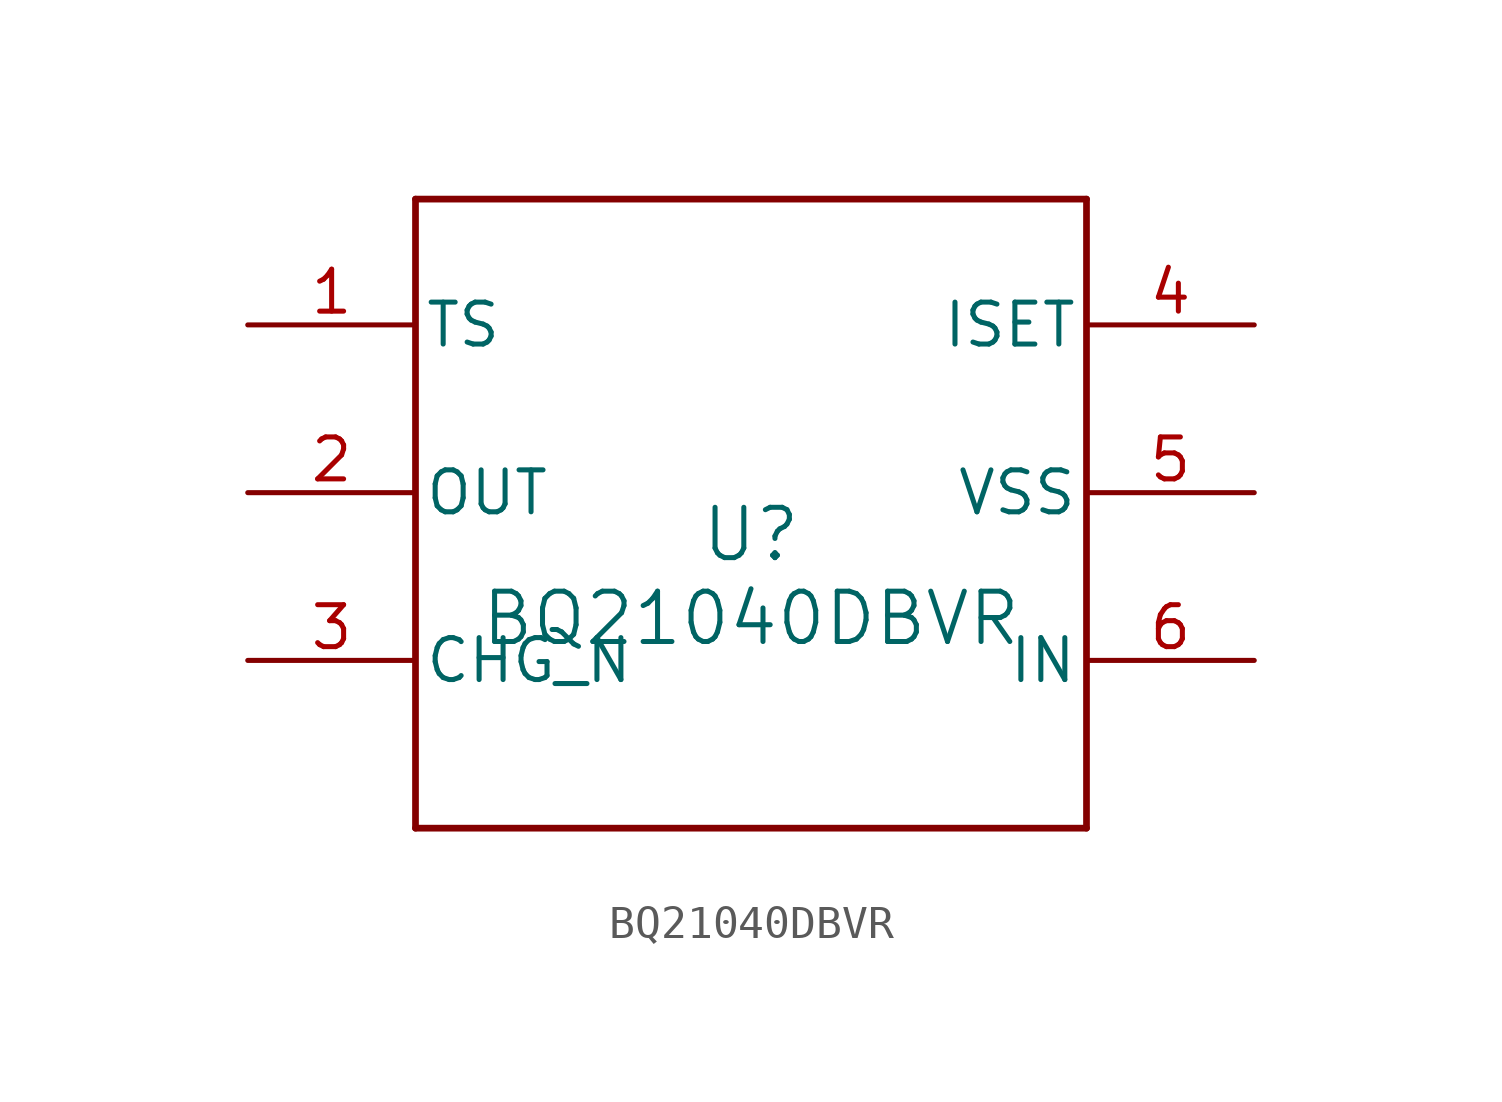
<source format=kicad_sym>
(kicad_symbol_lib
  (version 20241209)
  (generator "kicad_symbol_editor")
  (generator_version "9.0")
  (symbol "BQ21040DBVR"
    (pin_names
      (offset 0.254))
    (property "Reference" "U"
      (at 0 2.54 0)
      (effects (font (size 1.524 1.524))))
    (property "Value" "BQ21040DBVR"
      (at 0 0 0)
      (effects (font (size 1.524 1.524))))
    (property "ki_locked" ""
      (at 0 0 0)
      (effects (font (size 1.27 1.27))))
    (symbol "BQ21040DBVR_0_1"
      (polyline (pts (xy -10.16 12.7) (xy -10.16 -6.35)) (stroke (width 0.203) (type default)) (fill (type none)))
      (polyline (pts (xy -10.16 -6.35) (xy 10.16 -6.35)) (stroke (width 0.203) (type default)) (fill (type none)))
      (polyline (pts (xy 10.16 12.7) (xy -10.16 12.7)) (stroke (width 0.203) (type default)) (fill (type none)))
      (polyline (pts (xy 10.16 -6.35) (xy 10.16 12.7)) (stroke (width 0.203) (type default)) (fill (type none)))
      (pin input line (at -15.24 8.89 0) (length 5.08) (name "TS" (effects (font (size 1.27 1.27)))) (number "1" (effects (font (size 1.27 1.27)))))
      (pin power_in line (at -15.24 3.81 0) (length 5.08) (name "OUT" (effects (font (size 1.27 1.27)))) (number "2" (effects (font (size 1.27 1.27)))))
      (pin open_collector line (at -15.24 -1.27 0) (length 5.08) (name "CHG_N" (effects (font (size 1.27 1.27)))) (number "3" (effects (font (size 1.27 1.27)))))
      (pin input line (at 15.24 8.89 180) (length 5.08) (name "ISET" (effects (font (size 1.27 1.27)))) (number "4" (effects (font (size 1.27 1.27)))))
      (pin power_in line (at 15.24 3.81 180) (length 5.08) (name "VSS" (effects (font (size 1.27 1.27)))) (number "5" (effects (font (size 1.27 1.27)))))
      (pin power_in line (at 15.24 -1.27 180) (length 5.08) (name "IN" (effects (font (size 1.27 1.27)))) (number "6" (effects (font (size 1.27 1.27))))))))
</source>
